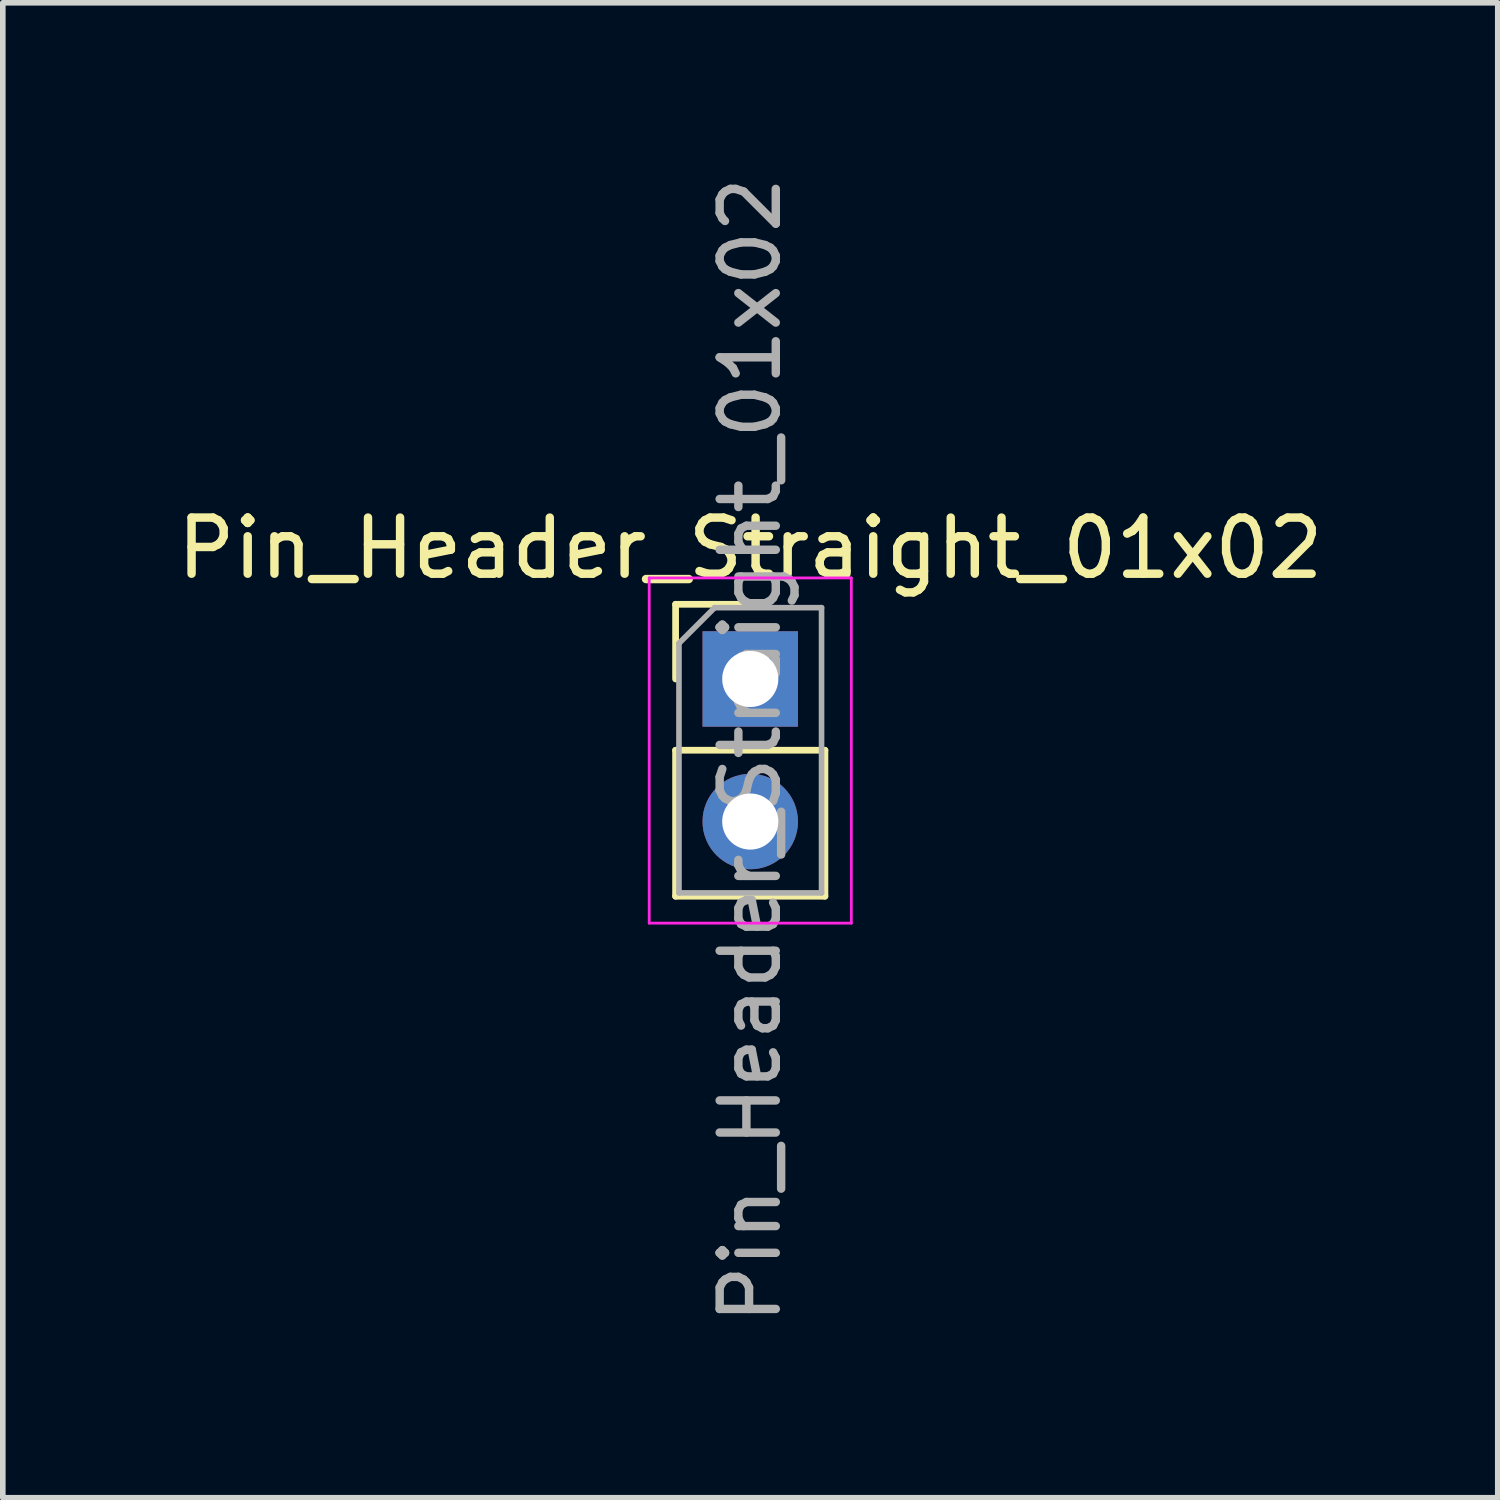
<source format=kicad_pcb>
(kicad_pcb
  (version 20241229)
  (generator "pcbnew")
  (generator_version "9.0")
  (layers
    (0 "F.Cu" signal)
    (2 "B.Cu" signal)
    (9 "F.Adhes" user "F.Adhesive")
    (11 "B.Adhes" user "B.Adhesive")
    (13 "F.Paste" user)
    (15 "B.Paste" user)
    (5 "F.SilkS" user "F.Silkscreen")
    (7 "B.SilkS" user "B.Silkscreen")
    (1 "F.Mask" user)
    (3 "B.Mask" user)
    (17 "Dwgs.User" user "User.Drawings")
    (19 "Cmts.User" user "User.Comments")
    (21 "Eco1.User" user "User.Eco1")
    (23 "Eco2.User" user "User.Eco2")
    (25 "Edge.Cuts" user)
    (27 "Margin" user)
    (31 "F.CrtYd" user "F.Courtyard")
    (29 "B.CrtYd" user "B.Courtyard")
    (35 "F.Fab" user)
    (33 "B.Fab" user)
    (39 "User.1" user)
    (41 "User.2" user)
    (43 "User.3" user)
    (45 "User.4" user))
  (footprint "Pin_Header_Straight_01x02"
    (layer "F.Cu")
    (at 10.315 9.045)
    (property "Reference" "Pin_Header_Straight_01x02" (at 0 -2.33 0) (layer "F.SilkS") (effects (font (size 1 1) (thickness 0.15))))
    (attr through_hole)
    (fp_line (start -1.33 -1.33) (end 0 -1.33) (stroke (width 0.12) (type solid)) (layer "F.SilkS"))
    (fp_line (start -1.33 0) (end -1.33 -1.33) (stroke (width 0.12) (type solid)) (layer "F.SilkS"))
    (fp_line (start -1.33 1.27) (end -1.33 3.87) (stroke (width 0.12) (type solid)) (layer "F.SilkS"))
    (fp_line (start -1.33 1.27) (end 1.33 1.27) (stroke (width 0.12) (type solid)) (layer "F.SilkS"))
    (fp_line (start -1.33 3.87) (end 1.33 3.87) (stroke (width 0.12) (type solid)) (layer "F.SilkS"))
    (fp_line (start 1.33 1.27) (end 1.33 3.87) (stroke (width 0.12) (type solid)) (layer "F.SilkS"))
    (fp_line (start -1.8 -1.8) (end -1.8 4.35) (stroke (width 0.05) (type solid)) (layer "F.CrtYd"))
    (fp_line (start -1.8 4.35) (end 1.8 4.35) (stroke (width 0.05) (type solid)) (layer "F.CrtYd"))
    (fp_line (start 1.8 -1.8) (end -1.8 -1.8) (stroke (width 0.05) (type solid)) (layer "F.CrtYd"))
    (fp_line (start 1.8 4.35) (end 1.8 -1.8) (stroke (width 0.05) (type solid)) (layer "F.CrtYd"))
    (fp_line (start -1.27 -0.635) (end -0.635 -1.27) (stroke (width 0.1) (type solid)) (layer "F.Fab"))
    (fp_line (start -1.27 3.81) (end -1.27 -0.635) (stroke (width 0.1) (type solid)) (layer "F.Fab"))
    (fp_line (start -0.635 -1.27) (end 1.27 -1.27) (stroke (width 0.1) (type solid)) (layer "F.Fab"))
    (fp_line (start 1.27 -1.27) (end 1.27 3.81) (stroke (width 0.1) (type solid)) (layer "F.Fab"))
    (fp_line (start 1.27 3.81) (end -1.27 3.81) (stroke (width 0.1) (type solid)) (layer "F.Fab"))
    (fp_text user "${REFERENCE}" (at 0 1.27 90) (layer "F.Fab") (effects (font (size 1 1) (thickness 0.15))))
    (pad "1" thru_hole rect (at 0 0) (size 1.7 1.7) (drill 1) (layers "*.Cu" "*.Mask"))
    (pad "2" thru_hole oval (at 0 2.54) (size 1.7 1.7) (drill 1) (layers "*.Cu" "*.Mask")))
  (gr_rect
    (start -3 -3)
    (end 23.631 23.631)
    (stroke (width 0.1) (type default))
    (fill no)
    (layer "Edge.Cuts")))
</source>
